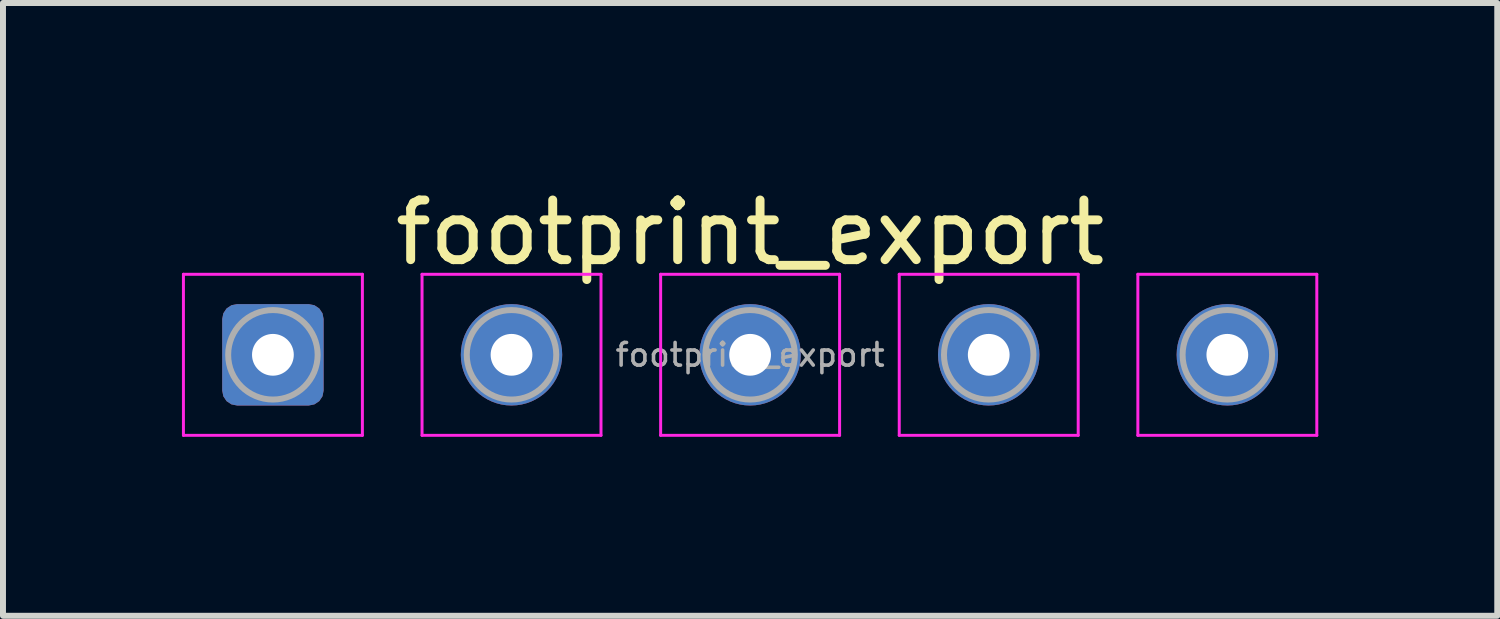
<source format=kicad_pcb>
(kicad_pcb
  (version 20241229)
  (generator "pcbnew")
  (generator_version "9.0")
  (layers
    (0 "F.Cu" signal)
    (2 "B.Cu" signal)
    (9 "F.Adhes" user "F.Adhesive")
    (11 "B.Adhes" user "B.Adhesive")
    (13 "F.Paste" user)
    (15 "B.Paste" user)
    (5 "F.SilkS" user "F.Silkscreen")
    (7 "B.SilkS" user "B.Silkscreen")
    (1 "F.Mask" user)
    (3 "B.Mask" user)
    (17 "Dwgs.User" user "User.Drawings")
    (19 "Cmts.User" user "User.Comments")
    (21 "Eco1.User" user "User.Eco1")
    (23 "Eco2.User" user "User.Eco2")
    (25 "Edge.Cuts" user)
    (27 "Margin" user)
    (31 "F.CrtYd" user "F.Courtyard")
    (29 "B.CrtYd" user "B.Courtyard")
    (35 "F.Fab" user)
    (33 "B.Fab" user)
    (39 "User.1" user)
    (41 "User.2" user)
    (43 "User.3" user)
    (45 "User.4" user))
  (footprint "footprint_export"
    (layer "F.Cu")
    (at 1.525 2.898)
    (property "Reference" "footprint_export" (at 8 -2.05 0) (layer "F.SilkS") (effects (font (size 1 1) (thickness 0.15))))
    (attr exclude_from_pos_files exclude_from_bom)
    (fp_line (start -1.5 -1.35) (end -1.5 1.35) (stroke (width 0.05) (type solid)) (layer "F.CrtYd"))
    (fp_line (start -1.5 1.35) (end 1.5 1.35) (stroke (width 0.05) (type solid)) (layer "F.CrtYd"))
    (fp_line (start 1.5 -1.35) (end -1.5 -1.35) (stroke (width 0.05) (type solid)) (layer "F.CrtYd"))
    (fp_line (start 1.5 1.35) (end 1.5 -1.35) (stroke (width 0.05) (type solid)) (layer "F.CrtYd"))
    (fp_line (start 2.5 -1.35) (end 2.5 1.35) (stroke (width 0.05) (type solid)) (layer "F.CrtYd"))
    (fp_line (start 2.5 1.35) (end 5.5 1.35) (stroke (width 0.05) (type solid)) (layer "F.CrtYd"))
    (fp_line (start 5.5 -1.35) (end 2.5 -1.35) (stroke (width 0.05) (type solid)) (layer "F.CrtYd"))
    (fp_line (start 5.5 1.35) (end 5.5 -1.35) (stroke (width 0.05) (type solid)) (layer "F.CrtYd"))
    (fp_line (start 6.5 -1.35) (end 6.5 1.35) (stroke (width 0.05) (type solid)) (layer "F.CrtYd"))
    (fp_line (start 6.5 1.35) (end 9.5 1.35) (stroke (width 0.05) (type solid)) (layer "F.CrtYd"))
    (fp_line (start 9.5 -1.35) (end 6.5 -1.35) (stroke (width 0.05) (type solid)) (layer "F.CrtYd"))
    (fp_line (start 9.5 1.35) (end 9.5 -1.35) (stroke (width 0.05) (type solid)) (layer "F.CrtYd"))
    (fp_line (start 10.5 -1.35) (end 10.5 1.35) (stroke (width 0.05) (type solid)) (layer "F.CrtYd"))
    (fp_line (start 10.5 1.35) (end 13.5 1.35) (stroke (width 0.05) (type solid)) (layer "F.CrtYd"))
    (fp_line (start 13.5 -1.35) (end 10.5 -1.35) (stroke (width 0.05) (type solid)) (layer "F.CrtYd"))
    (fp_line (start 13.5 1.35) (end 13.5 -1.35) (stroke (width 0.05) (type solid)) (layer "F.CrtYd"))
    (fp_line (start 14.5 -1.35) (end 14.5 1.35) (stroke (width 0.05) (type solid)) (layer "F.CrtYd"))
    (fp_line (start 14.5 1.35) (end 17.5 1.35) (stroke (width 0.05) (type solid)) (layer "F.CrtYd"))
    (fp_line (start 17.5 -1.35) (end 14.5 -1.35) (stroke (width 0.05) (type solid)) (layer "F.CrtYd"))
    (fp_line (start 17.5 1.35) (end 17.5 -1.35) (stroke (width 0.05) (type solid)) (layer "F.CrtYd"))
    (fp_circle (center 0 0) (end 0.75 0) (stroke (width 0.1) (type solid)) (fill no) (layer "F.Fab"))
    (fp_circle (center 4 0) (end 4.75 0) (stroke (width 0.1) (type solid)) (fill no) (layer "F.Fab"))
    (fp_circle (center 8 0) (end 8.75 0) (stroke (width 0.1) (type solid)) (fill no) (layer "F.Fab"))
    (fp_circle (center 12 0) (end 12.75 0) (stroke (width 0.1) (type solid)) (fill no) (layer "F.Fab"))
    (fp_circle (center 16 0) (end 16.75 0) (stroke (width 0.1) (type solid)) (fill no) (layer "F.Fab"))
    (fp_text user "${REFERENCE}" (at 8 0 0) (layer "F.Fab") (effects (font (size 0.38 0.38) (thickness 0.06))))
    (pad "1" thru_hole roundrect (at 0 0) (size 1.7 1.7) (drill 0.7) (layers "*.Cu" "*.Mask") (roundrect_rratio 0.147))
    (pad "2" thru_hole circle (at 4 0) (size 1.7 1.7) (drill 0.7) (layers "*.Cu" "*.Mask"))
    (pad "3" thru_hole circle (at 8 0) (size 1.7 1.7) (drill 0.7) (layers "*.Cu" "*.Mask"))
    (pad "4" thru_hole circle (at 12 0) (size 1.7 1.7) (drill 0.7) (layers "*.Cu" "*.Mask"))
    (pad "5" thru_hole circle (at 16 0) (size 1.7 1.7) (drill 0.7) (layers "*.Cu" "*.Mask")))
  (gr_rect
    (start -3 -3)
    (end 22.05 7.273)
    (stroke (width 0.1) (type default))
    (fill no)
    (layer "Edge.Cuts")))
</source>
